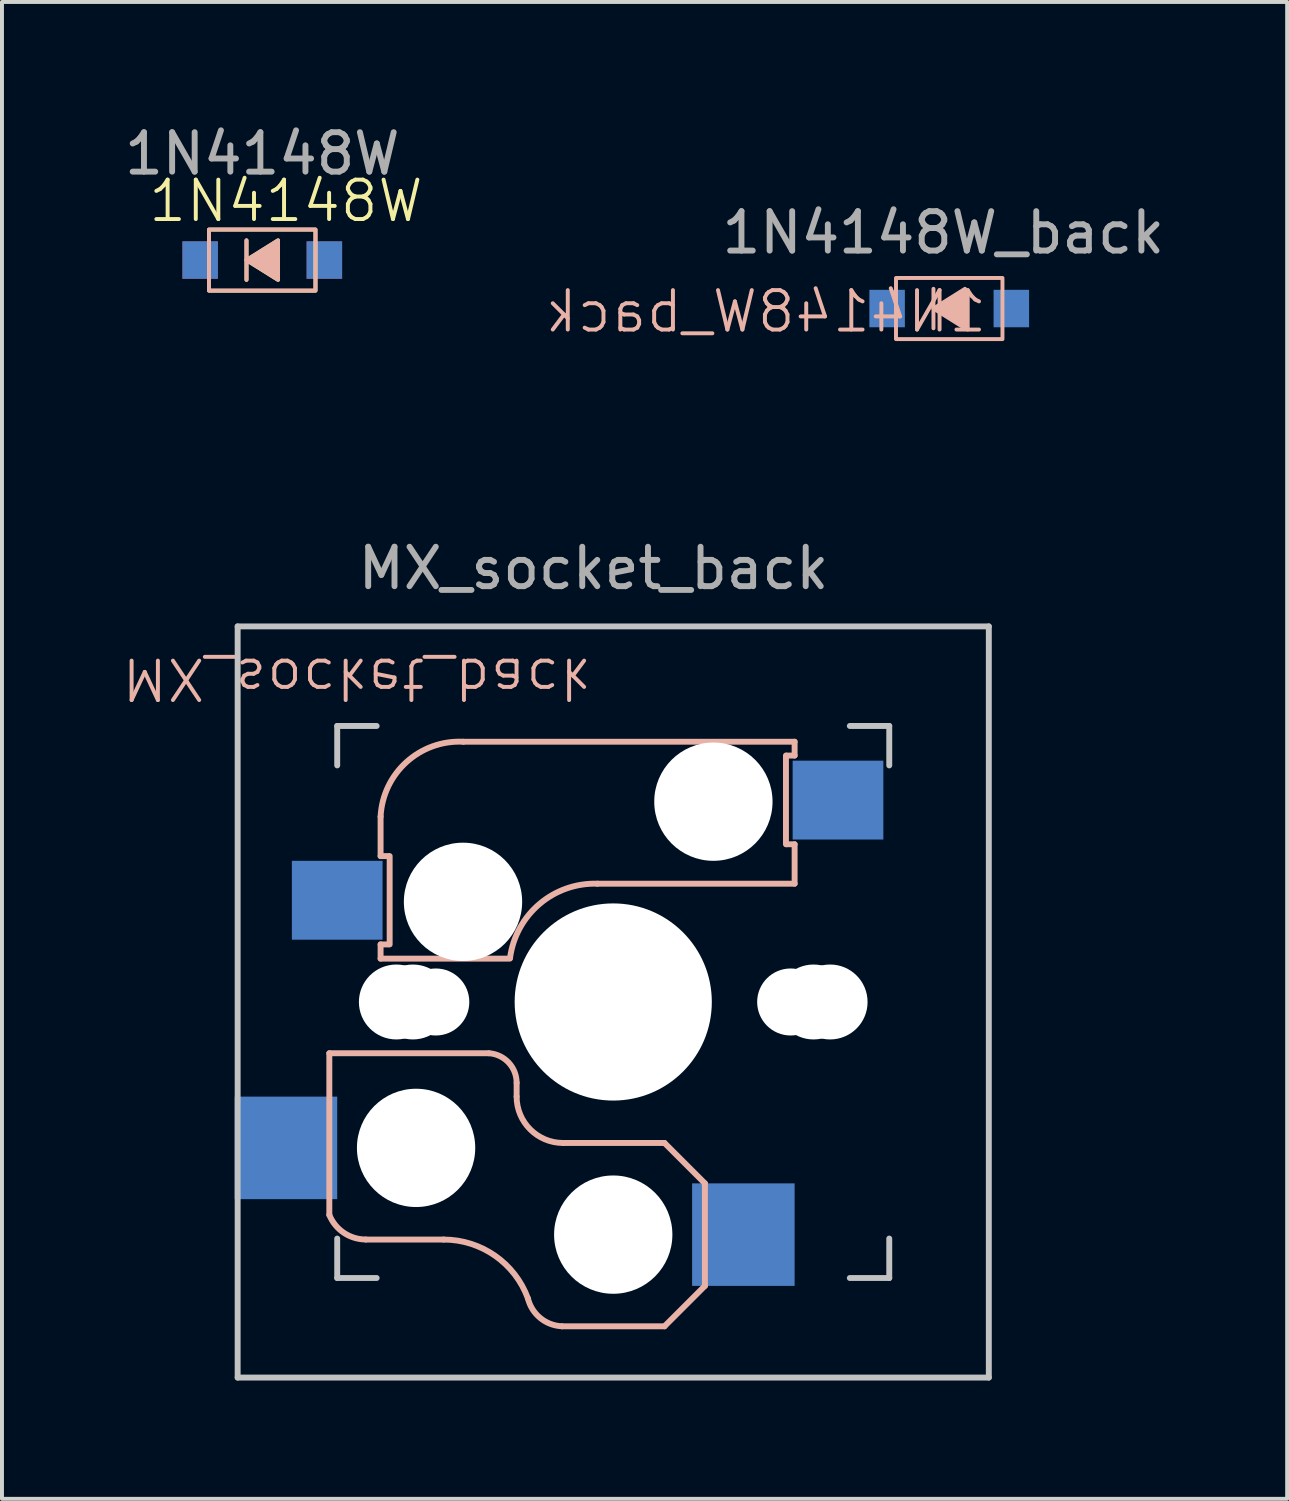
<source format=kicad_pcb>
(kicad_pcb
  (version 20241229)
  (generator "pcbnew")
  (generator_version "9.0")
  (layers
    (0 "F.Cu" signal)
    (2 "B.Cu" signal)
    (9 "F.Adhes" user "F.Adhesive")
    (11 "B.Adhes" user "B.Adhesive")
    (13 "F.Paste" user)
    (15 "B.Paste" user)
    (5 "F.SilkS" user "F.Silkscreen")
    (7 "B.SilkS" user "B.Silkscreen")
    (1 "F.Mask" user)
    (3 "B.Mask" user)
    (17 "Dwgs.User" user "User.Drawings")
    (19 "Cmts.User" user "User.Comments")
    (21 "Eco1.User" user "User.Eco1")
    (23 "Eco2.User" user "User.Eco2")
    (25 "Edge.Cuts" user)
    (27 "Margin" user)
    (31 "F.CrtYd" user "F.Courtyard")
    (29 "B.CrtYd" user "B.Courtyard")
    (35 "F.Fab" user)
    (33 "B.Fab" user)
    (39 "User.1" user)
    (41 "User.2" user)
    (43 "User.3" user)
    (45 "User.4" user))
  (footprint "MX_socket_back"
    (layer "F.Cu")
    (at 12.002 8.861)
    (property "Reference" "MX_socket_back" (at -6 5.3 180) (unlocked yes) (layer "B.SilkS") (effects (font (size 1 1) (thickness 0.1)) (justify mirror)))
    (attr smd)
    (fp_line (start -6.7 18.9) (end -6.7 14.8) (stroke (width 0.15) (type solid)) (layer "B.SilkS"))
    (fp_line (start -5.4 8.8) (end -5.4 9.8) (stroke (width 0.15) (type solid)) (layer "B.SilkS"))
    (fp_line (start -5.4 9.8) (end -5.2 9.8) (stroke (width 0.15) (type solid)) (layer "B.SilkS"))
    (fp_line (start -5.4 12.4) (end -5.4 12.04) (stroke (width 0.15) (type solid)) (layer "B.SilkS"))
    (fp_line (start -5.4 12.4) (end -2.12 12.4) (stroke (width 0.15) (type solid)) (layer "B.SilkS"))
    (fp_line (start -5.2 12.04) (end -5.4 12.04) (stroke (width 0.15) (type solid)) (layer "B.SilkS"))
    (fp_line (start -5.17 9.8) (end -5.17 12.04) (stroke (width 0.15) (type solid)) (layer "B.SilkS"))
    (fp_line (start -3.8 19.525) (end -5.775 19.525) (stroke (width 0.15) (type solid)) (layer "B.SilkS"))
    (fp_line (start -2.652 14.8) (end -6.7 14.8) (stroke (width 0.15) (type solid)) (layer "B.SilkS"))
    (fp_line (start -1.95 15.55) (end -1.95 15.9) (stroke (width 0.15) (type solid)) (layer "B.SilkS"))
    (fp_line (start 0.1 10.5) (end 5.1 10.5) (stroke (width 0.15) (type solid)) (layer "B.SilkS"))
    (fp_line (start 1.8 17.075) (end -0.775 17.075) (stroke (width 0.15) (type solid)) (layer "B.SilkS"))
    (fp_line (start 1.8 17.075) (end 2.825 18.1) (stroke (width 0.15) (type solid)) (layer "B.SilkS"))
    (fp_line (start 1.8 21.725) (end -0.8 21.725) (stroke (width 0.15) (type solid)) (layer "B.SilkS"))
    (fp_line (start 1.8 21.725) (end 2.825 20.7) (stroke (width 0.15) (type solid)) (layer "B.SilkS"))
    (fp_line (start 2.825 18.1) (end 2.825 20.7) (stroke (width 0.15) (type solid)) (layer "B.SilkS"))
    (fp_line (start 4.88 9.5) (end 4.88 7.25) (stroke (width 0.15) (type solid)) (layer "B.SilkS"))
    (fp_line (start 4.9 7.25) (end 5.1 7.25) (stroke (width 0.15) (type solid)) (layer "B.SilkS"))
    (fp_line (start 5.1 6.9) (end -3.3 6.9) (stroke (width 0.15) (type solid)) (layer "B.SilkS"))
    (fp_line (start 5.1 7.25) (end 5.1 6.9) (stroke (width 0.15) (type solid)) (layer "B.SilkS"))
    (fp_line (start 5.1 9.5) (end 4.9 9.5) (stroke (width 0.15) (type solid)) (layer "B.SilkS"))
    (fp_line (start 5.1 10.5) (end 5.1 9.5) (stroke (width 0.15) (type solid)) (layer "B.SilkS"))
    (fp_arc (start -5.775 19.523123) (mid -6.332653 19.352812) (end -6.7 18.9) (stroke (width 0.15) (type solid)) (layer "B.SilkS"))
    (fp_arc (start -5.4 8.800001) (mid -4.743504 7.415076) (end -3.300001 6.9) (stroke (width 0.15) (type solid)) (layer "B.SilkS"))
    (fp_arc (start -3.8 19.525) (mid -2.495114 19.936429) (end -1.662199 21.021904) (stroke (width 0.15) (type solid)) (layer "B.SilkS"))
    (fp_arc (start -2.651665 14.8) (mid -2.152765 15.036475) (end -1.95 15.55) (stroke (width 0.15) (type solid)) (layer "B.SilkS"))
    (fp_arc (start -2.116318 12.378529) (mid -1.368709 11.013882) (end 0.1 10.5) (stroke (width 0.15) (type solid)) (layer "B.SilkS"))
    (fp_arc (start -0.800995 21.723791) (mid -1.348284 21.516021) (end -1.662199 21.021904) (stroke (width 0.15) (type solid)) (layer "B.SilkS"))
    (fp_arc (start -0.775 17.075) (mid -1.60585 16.73085) (end -1.95 15.9) (stroke (width 0.15) (type solid)) (layer "B.SilkS"))
    (fp_line (start -9.025 3.975) (end 10.025 3.975) (stroke (width 0.15) (type solid)) (layer "Dwgs.User"))
    (fp_line (start -9.025 23.025) (end -9.025 3.975) (stroke (width 0.15) (type solid)) (layer "Dwgs.User"))
    (fp_line (start -6.5 6.5) (end -5.5 6.5) (stroke (width 0.15) (type solid)) (layer "Dwgs.User"))
    (fp_line (start -6.5 7.5) (end -6.5 6.5) (stroke (width 0.15) (type solid)) (layer "Dwgs.User"))
    (fp_line (start -6.5 20.5) (end -6.5 19.5) (stroke (width 0.15) (type solid)) (layer "Dwgs.User"))
    (fp_line (start -5.5 20.5) (end -6.5 20.5) (stroke (width 0.15) (type solid)) (layer "Dwgs.User"))
    (fp_line (start 6.5 20.5) (end 7.5 20.5) (stroke (width 0.15) (type solid)) (layer "Dwgs.User"))
    (fp_line (start 7.5 6.5) (end 6.5 6.5) (stroke (width 0.15) (type solid)) (layer "Dwgs.User"))
    (fp_line (start 7.5 7.5) (end 7.5 6.5) (stroke (width 0.15) (type solid)) (layer "Dwgs.User"))
    (fp_line (start 7.5 20.5) (end 7.5 19.5) (stroke (width 0.15) (type solid)) (layer "Dwgs.User"))
    (fp_line (start 10.025 3.975) (end 10.025 23.025) (stroke (width 0.15) (type solid)) (layer "Dwgs.User"))
    (fp_line (start 10.025 23.025) (end -9.025 23.025) (stroke (width 0.15) (type solid)) (layer "Dwgs.User"))
    (fp_text user "${REFERENCE}" (at 0 2.5 0) (unlocked yes) (layer "F.Fab") (effects (font (size 1 1) (thickness 0.15))))
    (pad "" np_thru_hole circle (at -5 13.5 90) (size 1.9 1.9) (drill 1.9) (layers "*.Cu"))
    (pad "" np_thru_hole circle (at -4.58 13.5) (size 1.9 1.9) (drill 1.9) (layers "*.Cu" "*.Mask"))
    (pad "" np_thru_hole circle (at -4.5 17.2 90) (size 3 3) (drill 3) (layers "*.Cu" "*.Mask"))
    (pad "" np_thru_hole circle (at -4 13.5) (size 1.7 1.7) (drill 1.7) (layers "*.Cu" "*.Mask"))
    (pad "" np_thru_hole circle (at -3.31 10.96 180) (size 3 3) (drill 3) (layers "*.Cu" "*.Mask"))
    (pad "" np_thru_hole circle (at 0.5 13.5 90) (size 4.1 4.1) (drill 4.1) (layers "*.Cu" "*.Mask"))
    (pad "" np_thru_hole circle (at 0.5 13.5 90) (size 5 5) (drill 5) (layers "*.Cu"))
    (pad "" np_thru_hole circle (at 0.5 19.4 90) (size 3 3) (drill 3) (layers "*.Cu" "*.Mask"))
    (pad "" np_thru_hole circle (at 3.04 8.42 180) (size 3 3) (drill 3) (layers "*.Cu" "*.Mask"))
    (pad "" np_thru_hole circle (at 5 13.5) (size 1.7 1.7) (drill 1.7) (layers "*.Cu" "*.Mask"))
    (pad "" np_thru_hole circle (at 5.58 13.5) (size 1.9 1.9) (drill 1.9) (layers "*.Cu" "*.Mask"))
    (pad "" np_thru_hole circle (at 6 13.5 90) (size 1.9 1.9) (drill 1.9) (layers "*.Cu"))
    (pad "1" smd rect (at -7.8 17.2 180) (size 2.6 2.6) (layers "B.Cu" "B.Mask" "B.Paste"))
    (pad "1" smd rect (at -6.5 10.92 180) (size 2.3 2) (layers "B.Cu" "B.Mask" "B.Paste"))
    (pad "2" smd rect (at 3.8 19.4 180) (size 2.6 2.6) (layers "B.Cu" "B.Mask" "B.Paste"))
    (pad "2" smd rect (at 6.2 8.38 180) (size 2.3 2) (layers "B.Cu" "B.Mask" "B.Paste")))
  (footprint "1N4148W_back"
    (layer "F.Cu")
    (at 20.973 0.25)
    (property "Reference" "1N4148W_back" (at -4.6 4.6 0) (unlocked yes) (layer "B.SilkS") (effects (font (size 1 1) (thickness 0.1)) (justify mirror)))
    (attr smd)
    (fp_line (start -0.35 5.025) (end -0.35 4.025) (stroke (width 0.1) (type default)) (layer "B.SilkS"))
    (fp_rect (start -1.3 3.75) (end 1.4 5.3) (stroke (width 0.1) (type default)) (fill no) (layer "B.SilkS"))
    (fp_poly (pts (xy 0.45 5.025) (xy -0.35 4.525) (xy 0.45 4.025)) (stroke (width 0.1) (type solid)) (fill yes) (layer "B.SilkS"))
    (fp_text user "${REFERENCE}" (at -0.1 2.6 0) (unlocked yes) (layer "F.Fab") (effects (font (size 1 1) (thickness 0.15))))
    (pad "1" smd rect (at -1.525 4.525 180) (size 0.9 0.95) (layers "B.Cu" "B.Mask" "B.Paste"))
    (pad "2" smd rect (at 1.625 4.525 180) (size 0.9 0.95) (layers "B.Cu" "B.Mask" "B.Paste")))
  (footprint "1N4148W"
    (layer "F.Cu")
    (at 3.601 3.548)
    (property "Reference" "1N4148W" (at 0.6 -1.5 0) (unlocked yes) (layer "F.SilkS") (effects (font (size 1 1) (thickness 0.1))))
    (attr smd)
    (fp_line (start -0.4 -0.5) (end -0.4 0.5) (stroke (width 0.1) (type default)) (layer "F.SilkS"))
    (fp_rect (start -1.35 -0.775) (end 1.35 0.775) (stroke (width 0.1) (type default)) (fill no) (layer "F.SilkS"))
    (fp_poly (pts (xy 0.4 -0.5) (xy -0.4 0) (xy 0.4 0.5)) (stroke (width 0.1) (type solid)) (fill yes) (layer "F.SilkS"))
    (fp_line (start -0.4 0.496) (end -0.4 -0.504) (stroke (width 0.1) (type default)) (layer "B.SilkS"))
    (fp_rect (start -1.35 -0.779) (end 1.35 0.771) (stroke (width 0.1) (type default)) (fill no) (layer "B.SilkS"))
    (fp_poly (pts (xy 0.4 0.496) (xy -0.4 -0.004) (xy 0.4 -0.504)) (stroke (width 0.1) (type solid)) (fill yes) (layer "B.SilkS"))
    (fp_text user "${REFERENCE}" (at 0 -2.7 0) (unlocked yes) (layer "F.Fab") (effects (font (size 1 1) (thickness 0.15))))
    (pad "1" smd rect (at -1.575 -0.004 180) (size 0.9 0.95) (layers "B.Cu" "B.Mask" "B.Paste"))
    (pad "1" smd rect (at -1.575 0) (size 0.9 0.95) (layers "F.Cu" "F.Mask" "F.Paste"))
    (pad "2" smd rect (at 1.575 -0.004 180) (size 0.9 0.95) (layers "B.Cu" "B.Mask" "B.Paste"))
    (pad "2" smd rect (at 1.575 0) (size 0.9 0.95) (layers "F.Cu" "F.Mask" "F.Paste")))
  (gr_rect
    (start -3 -3)
    (end 29.593 34.961)
    (stroke (width 0.1) (type default))
    (fill no)
    (layer "Edge.Cuts")))
</source>
